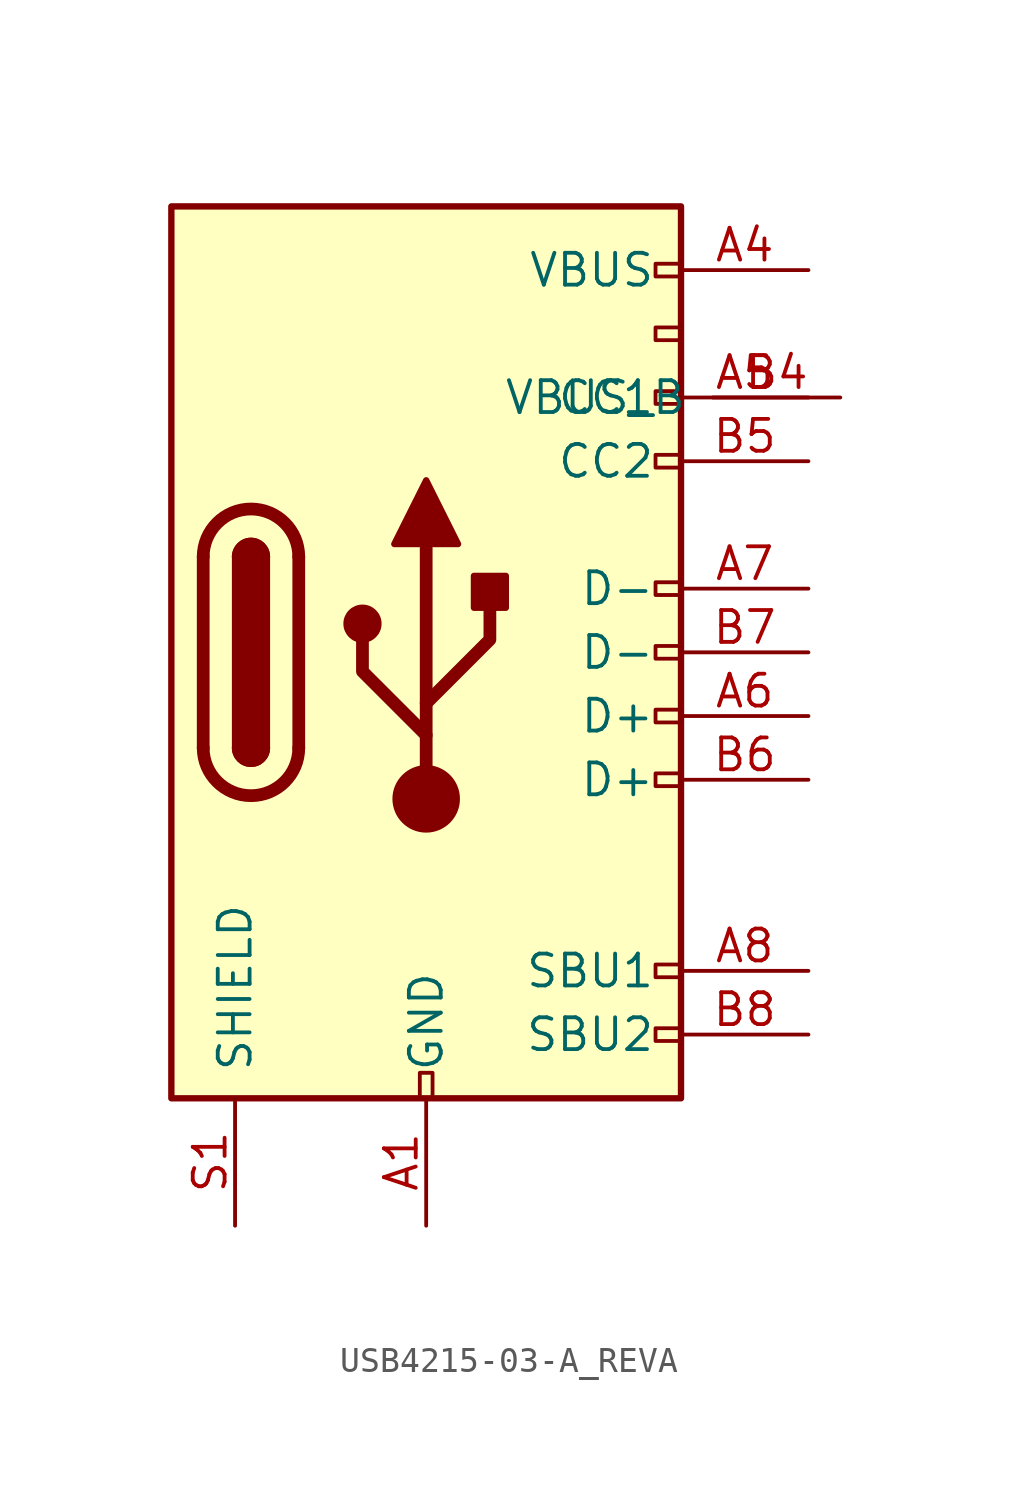
<source format=kicad_sym>
(kicad_symbol_lib
  (version 20241209)
  (generator "kicad_symbol_editor")
  (generator_version "9.0")
  (symbol "USB4215-03-A_REVA"
    (pin_names
      (offset 1.016))
    (property "Reference" "J"
      (at -19.05 -34.798 0)
      (effects (font (size 1.27 1.27)) (justify left bottom) (hide yes)))
    (symbol "USB4215-03-A_REVA_0_0"
      (rectangle (start -0.254 -17.78) (end 0.254 -16.764) (stroke (width 0) (type default)) (fill (type none)))
      (rectangle (start 10.16 15.494) (end 9.144 14.986) (stroke (width 0) (type default)) (fill (type none)))
      (rectangle (start 10.16 12.954) (end 9.144 12.446) (stroke (width 0) (type default)) (fill (type none)))
      (rectangle (start 10.16 10.414) (end 9.144 9.906) (stroke (width 0) (type default)) (fill (type none)))
      (rectangle (start 10.16 7.874) (end 9.144 7.366) (stroke (width 0) (type default)) (fill (type none)))
      (rectangle (start 10.16 2.794) (end 9.144 2.286) (stroke (width 0) (type default)) (fill (type none)))
      (rectangle (start 10.16 0.254) (end 9.144 -0.254) (stroke (width 0) (type default)) (fill (type none)))
      (rectangle (start 10.16 -2.286) (end 9.144 -2.794) (stroke (width 0) (type default)) (fill (type none)))
      (rectangle (start 10.16 -4.826) (end 9.144 -5.334) (stroke (width 0) (type default)) (fill (type none)))
      (rectangle (start 10.16 -12.446) (end 9.144 -12.954) (stroke (width 0) (type default)) (fill (type none)))
      (rectangle (start 10.16 -14.986) (end 9.144 -15.494) (stroke (width 0) (type default)) (fill (type none))))
    (symbol "USB4215-03-A_REVA_0_1"
      (rectangle (start -10.16 17.78) (end 10.16 -17.78) (stroke (width 0.254) (type default)) (fill (type background)))
      (polyline (pts (xy -8.89 -3.81) (xy -8.89 3.81)) (stroke (width 0.508) (type default)) (fill (type none)))
      (rectangle (start -7.62 -3.81) (end -6.35 3.81) (stroke (width 0.254) (type default)) (fill (type outline)))
      (arc (start -7.62 3.81) (mid -6.985 4.4423) (end -6.35 3.81) (stroke (width 0.254) (type default)) (fill (type none)))
      (arc (start -7.62 3.81) (mid -6.985 4.4423) (end -6.35 3.81) (stroke (width 0.254) (type default)) (fill (type outline)))
      (arc (start -8.89 3.81) (mid -6.985 5.7067) (end -5.08 3.81) (stroke (width 0.508) (type default)) (fill (type none)))
      (arc (start -5.08 -3.81) (mid -6.985 -5.7067) (end -8.89 -3.81) (stroke (width 0.508) (type default)) (fill (type none)))
      (arc (start -6.35 -3.81) (mid -6.985 -4.4423) (end -7.62 -3.81) (stroke (width 0.254) (type default)) (fill (type none)))
      (arc (start -6.35 -3.81) (mid -6.985 -4.4423) (end -7.62 -3.81) (stroke (width 0.254) (type default)) (fill (type outline)))
      (polyline (pts (xy -5.08 3.81) (xy -5.08 -3.81)) (stroke (width 0.508) (type default)) (fill (type none)))
      (circle (center -2.54 1.143) (radius 0.635) (stroke (width 0.254) (type default)) (fill (type outline)))
      (polyline (pts (xy -1.27 4.318) (xy 0 6.858) (xy 1.27 4.318) (xy -1.27 4.318)) (stroke (width 0.254) (type default)) (fill (type outline)))
      (polyline (pts (xy 0 -2.032) (xy 2.54 0.508) (xy 2.54 1.778)) (stroke (width 0.508) (type default)) (fill (type none)))
      (polyline (pts (xy 0 -3.302) (xy -2.54 -0.762) (xy -2.54 0.508)) (stroke (width 0.508) (type default)) (fill (type none)))
      (polyline (pts (xy 0 -5.842) (xy 0 4.318)) (stroke (width 0.508) (type default)) (fill (type none)))
      (circle (center 0 -5.842) (radius 1.27) (stroke (width 0) (type default)) (fill (type outline)))
      (rectangle (start 1.905 1.778) (end 3.175 3.048) (stroke (width 0.254) (type default)) (fill (type outline))))
    (symbol "USB4215-03-A_REVA_1_1"
      (pin passive line (at -7.62 -22.86 90) (length 5.08) (hide yes) (name "SHIELD" (effects (font (size 1.27 1.27)))) (number "3" (effects (font (size 1.27 1.27)))))
      (pin passive line (at -7.62 -22.86 90) (length 5.08) (name "SHIELD" (effects (font (size 1.27 1.27)))) (number "S1" (effects (font (size 1.27 1.27)))))
      (pin passive line (at -7.62 -22.86 90) (length 5.08) (hide yes) (name "SHIELD" (effects (font (size 1.27 1.27)))) (number "S2" (effects (font (size 1.27 1.27)))))
      (pin passive line (at -7.62 -22.86 90) (length 5.08) (hide yes) (name "SHIELD" (effects (font (size 1.27 1.27)))) (number "S4" (effects (font (size 1.27 1.27)))))
      (pin passive line (at 0 -22.86 90) (length 5.08) (name "GND" (effects (font (size 1.27 1.27)))) (number "A1" (effects (font (size 1.27 1.27)))))
      (pin passive line (at 0 -22.86 90) (length 5.08) (hide yes) (name "GND" (effects (font (size 1.27 1.27)))) (number "A12" (effects (font (size 1.27 1.27)))))
      (pin passive line (at 0 -22.86 90) (length 5.08) (hide yes) (name "GND" (effects (font (size 1.27 1.27)))) (number "B1" (effects (font (size 1.27 1.27)))))
      (pin passive line (at 0 -22.86 90) (length 5.08) (hide yes) (name "GND" (effects (font (size 1.27 1.27)))) (number "B12" (effects (font (size 1.27 1.27)))))
      (pin passive line (at 15.24 15.24 180) (length 5.08) (name "VBUS" (effects (font (size 1.27 1.27)))) (number "A4" (effects (font (size 1.27 1.27)))))
      (pin passive line (at 15.24 15.24 180) (length 5.08) (hide yes) (name "VBUS" (effects (font (size 1.27 1.27)))) (number "A9" (effects (font (size 1.27 1.27)))))
      (pin passive line (at 15.24 15.24 180) (length 5.08) (hide yes) (name "VBUS" (effects (font (size 1.27 1.27)))) (number "B4" (effects (font (size 1.27 1.27)))))
      (pin passive line (at 15.24 15.24 180) (length 5.08) (hide yes) (name "VBUS" (effects (font (size 1.27 1.27)))) (number "B9" (effects (font (size 1.27 1.27)))))
      (pin bidirectional line (at 15.24 10.16 180) (length 5.08) (name "CC1" (effects (font (size 1.27 1.27)))) (number "A5" (effects (font (size 1.27 1.27)))))
      (pin bidirectional line (at 15.24 7.62 180) (length 5.08) (name "CC2" (effects (font (size 1.27 1.27)))) (number "B5" (effects (font (size 1.27 1.27)))))
      (pin bidirectional line (at 15.24 2.54 180) (length 5.08) (name "D-" (effects (font (size 1.27 1.27)))) (number "A7" (effects (font (size 1.27 1.27)))))
      (pin bidirectional line (at 15.24 0 180) (length 5.08) (name "D-" (effects (font (size 1.27 1.27)))) (number "B7" (effects (font (size 1.27 1.27)))))
      (pin bidirectional line (at 15.24 -2.54 180) (length 5.08) (name "D+" (effects (font (size 1.27 1.27)))) (number "A6" (effects (font (size 1.27 1.27)))))
      (pin bidirectional line (at 15.24 -5.08 180) (length 5.08) (name "D+" (effects (font (size 1.27 1.27)))) (number "B6" (effects (font (size 1.27 1.27)))))
      (pin bidirectional line (at 15.24 -12.7 180) (length 5.08) (name "SBU1" (effects (font (size 1.27 1.27)))) (number "A8" (effects (font (size 1.27 1.27)))))
      (pin bidirectional line (at 15.24 -15.24 180) (length 5.08) (name "SBU2" (effects (font (size 1.27 1.27)))) (number "B8" (effects (font (size 1.27 1.27)))))
      (pin passive line (at 16.51 10.16 180) (length 5.08) (name "VBUS_B" (effects (font (size 1.27 1.27)))) (number "B4" (effects (font (size 1.27 1.27))))))))
</source>
